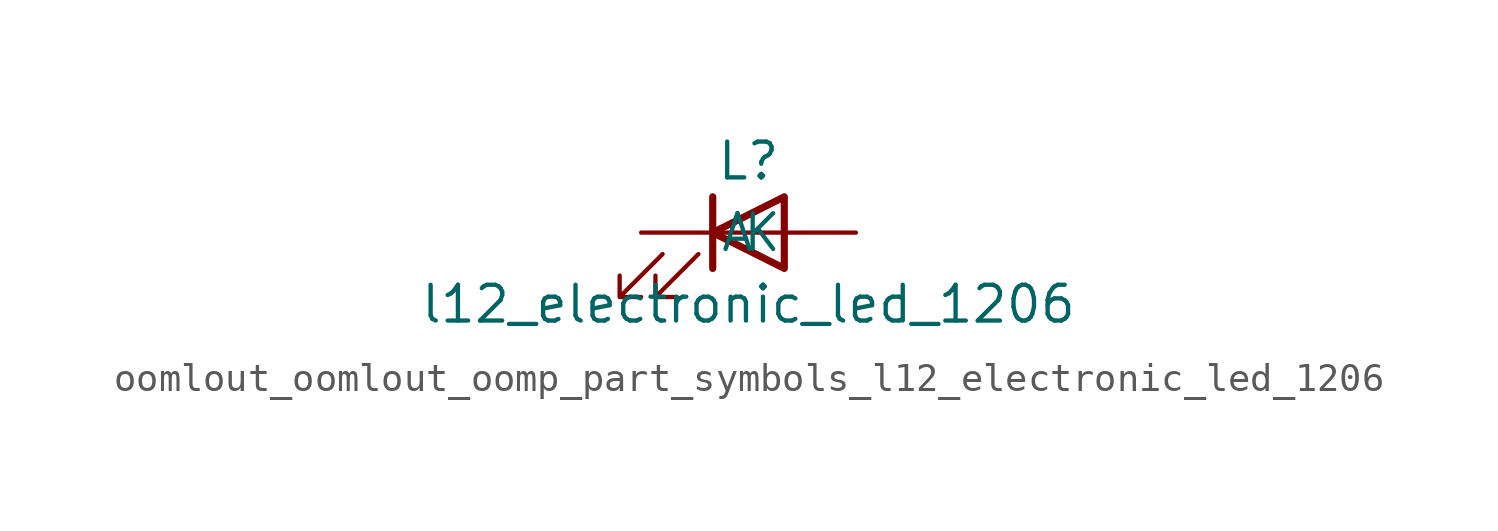
<source format=kicad_sym>
(kicad_symbol_lib
  (version 20220914)
  (generator kicad_symbol_editor)
  (symbol "oomlout_oomlout_oomp_part_symbols_l12_electronic_led_1206"
    (pin_numbers hide)
    (pin_names
      (offset 1.016))
    (property "Reference" "L"
      (at 0 2.54 0)
      (effects (font (size 1.27 1.27))))
    (property "Value" "l12_electronic_led_1206"
      (at 0 -2.54 0)
      (effects (font (size 1.27 1.27))))
    (symbol "oomlout_oomlout_oomp_part_symbols_l12_electronic_led_1206_0_1"
      (polyline (pts (xy -1.27 -1.27) (xy -1.27 1.27)) (stroke (width 0.254) (type default)) (fill (type none)))
      (polyline (pts (xy -1.27 0) (xy 1.27 0)) (stroke (width 0) (type default)) (fill (type none)))
      (polyline (pts (xy 1.27 -1.27) (xy 1.27 1.27) (xy -1.27 0) (xy 1.27 -1.27)) (stroke (width 0.254) (type default)) (fill (type none)))
      (polyline (pts (xy -3.048 -0.762) (xy -4.572 -2.286) (xy -3.81 -2.286) (xy -4.572 -2.286) (xy -4.572 -1.524)) (stroke (width 0) (type default)) (fill (type none)))
      (polyline (pts (xy -1.778 -0.762) (xy -3.302 -2.286) (xy -2.54 -2.286) (xy -3.302 -2.286) (xy -3.302 -1.524)) (stroke (width 0) (type default)) (fill (type none))))
    (symbol "oomlout_oomlout_oomp_part_symbols_l12_electronic_led_1206_1_1"
      (pin passive line (at -3.81 0 0) (length 2.54) (name "K" (effects (font (size 1.27 1.27)))) (number "1" (effects (font (size 1.27 1.27)))))
      (pin passive line (at 3.81 0 180) (length 2.54) (name "A" (effects (font (size 1.27 1.27)))) (number "2" (effects (font (size 1.27 1.27))))))))
</source>
